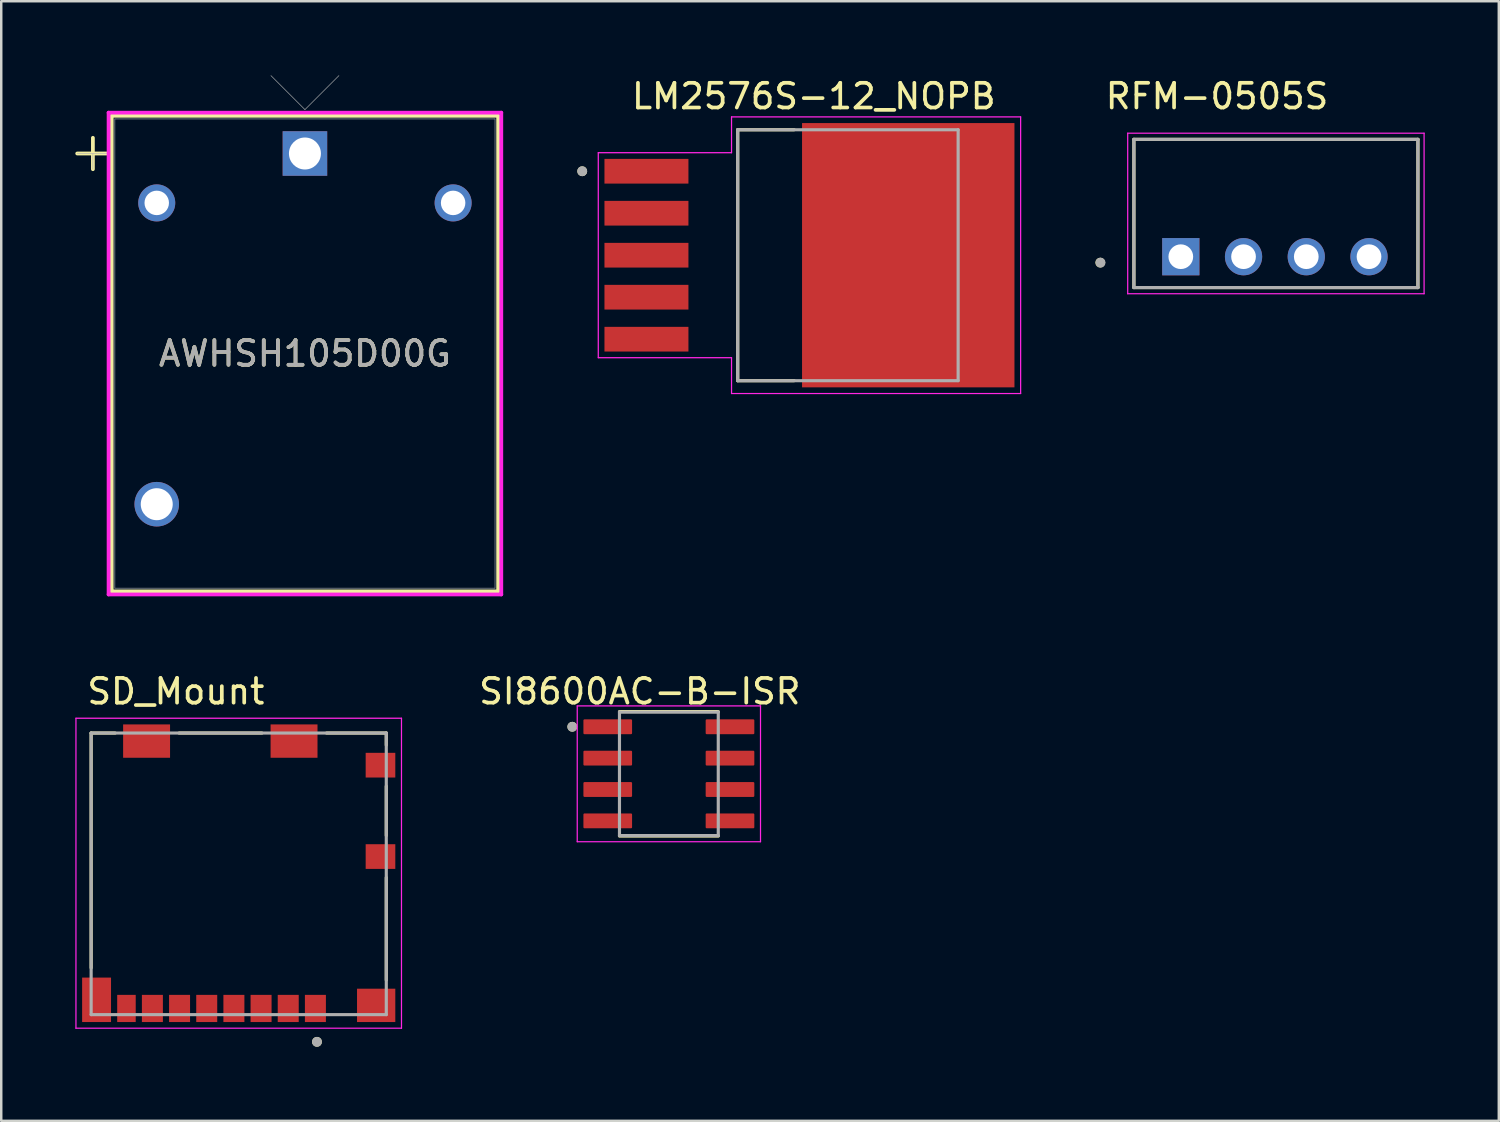
<source format=kicad_pcb>
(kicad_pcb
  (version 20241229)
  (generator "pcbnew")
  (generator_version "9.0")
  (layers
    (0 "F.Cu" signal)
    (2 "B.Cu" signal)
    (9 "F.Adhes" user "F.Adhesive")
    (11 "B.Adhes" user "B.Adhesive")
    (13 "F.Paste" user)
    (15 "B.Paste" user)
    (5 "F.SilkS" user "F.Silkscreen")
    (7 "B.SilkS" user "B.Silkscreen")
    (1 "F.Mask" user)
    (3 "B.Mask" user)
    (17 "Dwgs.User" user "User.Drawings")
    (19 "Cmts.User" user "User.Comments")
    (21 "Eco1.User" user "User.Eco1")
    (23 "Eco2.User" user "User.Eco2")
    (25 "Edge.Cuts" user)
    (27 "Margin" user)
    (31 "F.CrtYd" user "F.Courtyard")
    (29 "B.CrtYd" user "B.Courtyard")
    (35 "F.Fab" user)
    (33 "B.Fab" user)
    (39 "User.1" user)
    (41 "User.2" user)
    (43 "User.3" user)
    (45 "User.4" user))
  (footprint "LM2576S-12_NOPB"
    (layer "F.Cu")
    (at 33.723 7.283)
    (property "Reference" "LM2576S-12_NOPB" (at -3.825 -6.435 0) (layer "F.SilkS") (effects (font (size 1 1) (thickness 0.15))))
    (attr smd)
    (fp_poly (pts (xy -12.37 -3.97) (xy -8.83 -3.97) (xy -8.83 -2.83) (xy -12.37 -2.83)) (stroke (width 0.01) (type solid)) (fill yes) (layer "F.Mask"))
    (fp_poly (pts (xy -12.37 -2.27) (xy -8.83 -2.27) (xy -8.83 -1.13) (xy -12.37 -1.13)) (stroke (width 0.01) (type solid)) (fill yes) (layer "F.Mask"))
    (fp_poly (pts (xy -12.37 -0.57) (xy -8.83 -0.57) (xy -8.83 0.57) (xy -12.37 0.57)) (stroke (width 0.01) (type solid)) (fill yes) (layer "F.Mask"))
    (fp_poly (pts (xy -12.37 1.13) (xy -8.83 1.13) (xy -8.83 2.27) (xy -12.37 2.27)) (stroke (width 0.01) (type solid)) (fill yes) (layer "F.Mask"))
    (fp_poly (pts (xy -12.37 2.83) (xy -8.83 2.83) (xy -8.83 3.97) (xy -12.37 3.97)) (stroke (width 0.01) (type solid)) (fill yes) (layer "F.Mask"))
    (fp_poly (pts (xy -4.37 -5.42) (xy 4.37 -5.42) (xy 4.37 5.42) (xy -4.37 5.42)) (stroke (width 0.01) (type solid)) (fill yes) (layer "F.Mask"))
    (fp_line (start -6.905 -5.08) (end -6.905 5.08) (stroke (width 0.127) (type solid)) (layer "F.SilkS"))
    (fp_line (start -6.905 5.08) (end -4.62 5.08) (stroke (width 0.127) (type solid)) (layer "F.SilkS"))
    (fp_line (start -4.62 -5.08) (end -6.905 -5.08) (stroke (width 0.127) (type solid)) (layer "F.SilkS"))
    (fp_circle (center -13.2 -3.4) (end -13.1 -3.4) (stroke (width 0.2) (type solid)) (fill no) (layer "F.SilkS"))
    (fp_poly (pts (xy -12.25 -3.85) (xy -8.95 -3.85) (xy -8.95 -2.95) (xy -12.25 -2.95)) (stroke (width 0.01) (type solid)) (fill yes) (layer "F.Paste"))
    (fp_poly (pts (xy -12.25 -2.15) (xy -8.95 -2.15) (xy -8.95 -1.25) (xy -12.25 -1.25)) (stroke (width 0.01) (type solid)) (fill yes) (layer "F.Paste"))
    (fp_poly (pts (xy -12.25 -0.45) (xy -8.95 -0.45) (xy -8.95 0.45) (xy -12.25 0.45)) (stroke (width 0.01) (type solid)) (fill yes) (layer "F.Paste"))
    (fp_poly (pts (xy -12.25 1.25) (xy -8.95 1.25) (xy -8.95 2.15) (xy -12.25 2.15)) (stroke (width 0.01) (type solid)) (fill yes) (layer "F.Paste"))
    (fp_poly (pts (xy -12.25 2.95) (xy -8.95 2.95) (xy -8.95 3.85) (xy -12.25 3.85)) (stroke (width 0.01) (type solid)) (fill yes) (layer "F.Paste"))
    (fp_poly (pts (xy -4.25 -5.3) (xy 4.25 -5.3) (xy 4.25 5.3) (xy -4.25 5.3)) (stroke (width 0.01) (type solid)) (fill yes) (layer "F.Paste"))
    (fp_line (start -12.55 -4.15) (end -12.55 4.15) (stroke (width 0.05) (type solid)) (layer "F.CrtYd"))
    (fp_line (start -12.55 4.15) (end -7.155 4.15) (stroke (width 0.05) (type solid)) (layer "F.CrtYd"))
    (fp_line (start -7.155 -5.6) (end -7.155 -4.15) (stroke (width 0.05) (type solid)) (layer "F.CrtYd"))
    (fp_line (start -7.155 -4.15) (end -12.55 -4.15) (stroke (width 0.05) (type solid)) (layer "F.CrtYd"))
    (fp_line (start -7.155 4.15) (end -7.155 5.6) (stroke (width 0.05) (type solid)) (layer "F.CrtYd"))
    (fp_line (start -7.155 5.6) (end 4.55 5.6) (stroke (width 0.05) (type solid)) (layer "F.CrtYd"))
    (fp_line (start 4.55 -5.6) (end -7.155 -5.6) (stroke (width 0.05) (type solid)) (layer "F.CrtYd"))
    (fp_line (start 4.55 5.6) (end 4.55 -5.6) (stroke (width 0.05) (type solid)) (layer "F.CrtYd"))
    (fp_line (start -6.905 -5.08) (end -6.905 5.08) (stroke (width 0.127) (type solid)) (layer "F.Fab"))
    (fp_line (start -6.905 5.08) (end 2.02 5.08) (stroke (width 0.127) (type solid)) (layer "F.Fab"))
    (fp_line (start 2.02 -5.08) (end -6.905 -5.08) (stroke (width 0.127) (type solid)) (layer "F.Fab"))
    (fp_line (start 2.02 5.08) (end 2.02 -5.08) (stroke (width 0.127) (type solid)) (layer "F.Fab"))
    (fp_circle (center -13.2 -3.4) (end -13.1 -3.4) (stroke (width 0.2) (type solid)) (fill no) (layer "F.Fab"))
    (pad "1" smd rect (at -10.6 -3.4) (size 3.4 1) (layers "F.Cu"))
    (pad "2" smd rect (at -10.6 -1.7) (size 3.4 1) (layers "F.Cu"))
    (pad "3" smd rect (at -10.6 0) (size 3.4 1) (layers "F.Cu"))
    (pad "4" smd rect (at -10.6 1.7) (size 3.4 1) (layers "F.Cu"))
    (pad "5" smd rect (at -10.6 3.4) (size 3.4 1) (layers "F.Cu"))
    (pad "6" smd rect (at 0 0) (size 8.6 10.7) (layers "F.Cu")))
  (footprint "RFM-0505S"
    (layer "F.Cu")
    (at 48.608 5.593)
    (property "Reference" "RFM-0505S" (at -2.385 -4.745 0) (layer "F.SilkS") (effects (font (size 1 1) (thickness 0.15))))
    (attr through_hole)
    (fp_line (start -5.75 -3) (end -5.75 3) (stroke (width 0.127) (type solid)) (layer "F.SilkS"))
    (fp_line (start -5.75 3) (end 5.75 3) (stroke (width 0.127) (type solid)) (layer "F.SilkS"))
    (fp_line (start 5.75 -3) (end -5.75 -3) (stroke (width 0.127) (type solid)) (layer "F.SilkS"))
    (fp_line (start 5.75 3) (end 5.75 -3) (stroke (width 0.127) (type solid)) (layer "F.SilkS"))
    (fp_circle (center -7.11 1.99) (end -7.01 1.99) (stroke (width 0.2) (type solid)) (fill no) (layer "F.SilkS"))
    (fp_line (start -6 -3.25) (end -6 3.25) (stroke (width 0.05) (type solid)) (layer "F.CrtYd"))
    (fp_line (start -6 3.25) (end 6 3.25) (stroke (width 0.05) (type solid)) (layer "F.CrtYd"))
    (fp_line (start 6 -3.25) (end -6 -3.25) (stroke (width 0.05) (type solid)) (layer "F.CrtYd"))
    (fp_line (start 6 3.25) (end 6 -3.25) (stroke (width 0.05) (type solid)) (layer "F.CrtYd"))
    (fp_line (start -5.75 -3) (end -5.75 3) (stroke (width 0.127) (type solid)) (layer "F.Fab"))
    (fp_line (start -5.75 3) (end 5.75 3) (stroke (width 0.127) (type solid)) (layer "F.Fab"))
    (fp_line (start 5.75 -3) (end -5.75 -3) (stroke (width 0.127) (type solid)) (layer "F.Fab"))
    (fp_line (start 5.75 3) (end 5.75 -3) (stroke (width 0.127) (type solid)) (layer "F.Fab"))
    (fp_circle (center -7.1 1.99) (end -7 1.99) (stroke (width 0.2) (type solid)) (fill no) (layer "F.Fab"))
    (pad "1" thru_hole rect (at -3.85 1.75) (size 1.508 1.508) (drill 1) (layers "*.Cu" "*.Mask"))
    (pad "2" thru_hole circle (at -1.31 1.75) (size 1.508 1.508) (drill 1) (layers "*.Cu" "*.Mask"))
    (pad "3" thru_hole circle (at 1.23 1.75) (size 1.508 1.508) (drill 1) (layers "*.Cu" "*.Mask"))
    (pad "4" thru_hole circle (at 3.77 1.75) (size 1.508 1.508) (drill 1) (layers "*.Cu" "*.Mask")))
  (footprint "SI8600AC-B-ISR "
    (layer "F.Cu")
    (at 24.031 28.28)
    (property "Reference" "SI8600AC-B-ISR " (at -0.795 -3.337 0) (layer "F.SilkS") (effects (font (size 1 1) (thickness 0.15))))
    (attr smd)
    (fp_line (start -2 -2.52) (end 2 -2.52) (stroke (width 0.127) (type solid)) (layer "F.SilkS"))
    (fp_line (start -2 2.52) (end 2 2.52) (stroke (width 0.127) (type solid)) (layer "F.SilkS"))
    (fp_circle (center -3.91 -1.905) (end -3.81 -1.905) (stroke (width 0.2) (type solid)) (fill no) (layer "F.SilkS"))
    (fp_line (start -3.71 -2.75) (end -3.71 2.75) (stroke (width 0.05) (type solid)) (layer "F.CrtYd"))
    (fp_line (start -3.71 -2.75) (end 3.71 -2.75) (stroke (width 0.05) (type solid)) (layer "F.CrtYd"))
    (fp_line (start -3.71 2.75) (end 3.71 2.75) (stroke (width 0.05) (type solid)) (layer "F.CrtYd"))
    (fp_line (start 3.71 -2.75) (end 3.71 2.75) (stroke (width 0.05) (type solid)) (layer "F.CrtYd"))
    (fp_line (start -2 -2.5) (end -2 2.5) (stroke (width 0.127) (type solid)) (layer "F.Fab"))
    (fp_line (start -2 -2.5) (end 2 -2.5) (stroke (width 0.127) (type solid)) (layer "F.Fab"))
    (fp_line (start -2 2.5) (end 2 2.5) (stroke (width 0.127) (type solid)) (layer "F.Fab"))
    (fp_line (start 2 -2.5) (end 2 2.5) (stroke (width 0.127) (type solid)) (layer "F.Fab"))
    (fp_circle (center -3.91 -1.905) (end -3.81 -1.905) (stroke (width 0.2) (type solid)) (fill no) (layer "F.Fab"))
    (pad "1" smd roundrect (at -2.475 -1.905) (size 1.97 0.6) (layers "F.Cu" "F.Mask" "F.Paste") (roundrect_rratio 0.07))
    (pad "2" smd roundrect (at -2.475 -0.635) (size 1.97 0.6) (layers "F.Cu" "F.Mask" "F.Paste") (roundrect_rratio 0.07))
    (pad "3" smd roundrect (at -2.475 0.635) (size 1.97 0.6) (layers "F.Cu" "F.Mask" "F.Paste") (roundrect_rratio 0.07))
    (pad "4" smd roundrect (at -2.475 1.905) (size 1.97 0.6) (layers "F.Cu" "F.Mask" "F.Paste") (roundrect_rratio 0.07))
    (pad "5" smd roundrect (at 2.475 1.905) (size 1.97 0.6) (layers "F.Cu" "F.Mask" "F.Paste") (roundrect_rratio 0.07))
    (pad "6" smd roundrect (at 2.475 0.635) (size 1.97 0.6) (layers "F.Cu" "F.Mask" "F.Paste") (roundrect_rratio 0.07))
    (pad "7" smd roundrect (at 2.475 -0.635) (size 1.97 0.6) (layers "F.Cu" "F.Mask" "F.Paste") (roundrect_rratio 0.07))
    (pad "8" smd roundrect (at 2.475 -1.905) (size 1.97 0.6) (layers "F.Cu" "F.Mask" "F.Paste") (roundrect_rratio 0.07)))
  (footprint "AWHSH105D00G"
    (layer "F.Cu")
    (at 9.296 3.165)
    (property "Reference" "AWHSH105D00G" (at 0 8.1 0) (unlocked yes) (layer "F.SilkS") (effects (font (size 1 1) (thickness 0.15))))
    (attr through_hole)
    (fp_line (start -9.22 0) (end -7.95 0) (stroke (width 0.152) (type solid)) (layer "F.SilkS"))
    (fp_line (start -8.585 -0.635) (end -8.585 0.635) (stroke (width 0.152) (type solid)) (layer "F.SilkS"))
    (fp_line (start -7.823 -1.527) (end -7.823 17.726) (stroke (width 0.152) (type solid)) (layer "F.SilkS"))
    (fp_line (start 7.823 -1.527) (end -7.823 -1.527) (stroke (width 0.152) (type solid)) (layer "F.SilkS"))
    (fp_line (start 7.823 -1.527) (end 7.823 17.726) (stroke (width 0.152) (type solid)) (layer "F.SilkS"))
    (fp_line (start 7.823 17.726) (end -7.823 17.726) (stroke (width 0.152) (type solid)) (layer "F.SilkS"))
    (fp_line (start -7.95 -1.654) (end -7.95 17.853) (stroke (width 0.152) (type solid)) (layer "F.CrtYd"))
    (fp_line (start -7.95 17.853) (end 7.95 17.853) (stroke (width 0.152) (type solid)) (layer "F.CrtYd"))
    (fp_line (start 7.95 -1.654) (end -7.95 -1.654) (stroke (width 0.152) (type solid)) (layer "F.CrtYd"))
    (fp_line (start 7.95 17.853) (end 7.95 -1.654) (stroke (width 0.152) (type solid)) (layer "F.CrtYd"))
    (fp_line (start -9.22 0) (end -7.95 0) (stroke (width 0.025) (type solid)) (layer "F.Fab"))
    (fp_line (start -8.585 0) (end -8.585 0.635) (stroke (width 0.025) (type solid)) (layer "F.Fab"))
    (fp_line (start -7.696 -1.4) (end -7.696 17.599) (stroke (width 0.025) (type solid)) (layer "F.Fab"))
    (fp_line (start -1.376 -3.153) (end 0 -1.777) (stroke (width 0.025) (type solid)) (layer "F.Fab"))
    (fp_line (start 0 -1.777) (end 1.376 -3.153) (stroke (width 0.025) (type solid)) (layer "F.Fab"))
    (fp_line (start 7.696 -1.4) (end -7.696 -1.4) (stroke (width 0.025) (type solid)) (layer "F.Fab"))
    (fp_line (start 7.696 -1.4) (end 7.696 17.599) (stroke (width 0.025) (type solid)) (layer "F.Fab"))
    (fp_line (start 7.696 17.599) (end -7.696 17.599) (stroke (width 0.025) (type solid)) (layer "F.Fab"))
    (fp_text user "${REFERENCE}" (at 0 8.1 0) (unlocked yes) (layer "F.Fab") (effects (font (size 1 1) (thickness 0.15))))
    (pad "1" thru_hole rect (at 0 0) (size 1.803 1.803) (drill 1.295) (layers "*.Cu" "*.Mask"))
    (pad "2" thru_hole circle (at -6 2) (size 1.499 1.499) (drill 0.991) (layers "*.Cu" "*.Mask"))
    (pad "3" thru_hole circle (at -6 14.199) (size 1.803 1.803) (drill 1.295) (layers "*.Cu" "*.Mask"))
    (pad "5" thru_hole circle (at 6 2) (size 1.499 1.499) (drill 0.991) (layers "*.Cu" "*.Mask")))
  (footprint "SD_Mount"
    (layer "F.Cu")
    (at 6.615 32.33)
    (property "Reference" "SD_Mount" (at -2.545 -7.386 0) (layer "F.SilkS") (effects (font (size 1.002 1.002) (thickness 0.15))))
    (attr smd)
    (fp_line (start -5.975 -5.7) (end -5.975 3.806) (stroke (width 0.127) (type solid)) (layer "F.SilkS"))
    (fp_line (start -5.003 -5.7) (end -5.975 -5.7) (stroke (width 0.127) (type solid)) (layer "F.SilkS"))
    (fp_line (start 0.939 -5.7) (end -2.413 -5.7) (stroke (width 0.127) (type solid)) (layer "F.SilkS"))
    (fp_line (start 3.556 -5.7) (end 5.975 -5.7) (stroke (width 0.127) (type solid)) (layer "F.SilkS"))
    (fp_line (start 5.975 -5.7) (end 5.975 -5.211) (stroke (width 0.127) (type solid)) (layer "F.SilkS"))
    (fp_line (start 5.975 -3.55) (end 5.975 -1.55) (stroke (width 0.127) (type solid)) (layer "F.SilkS"))
    (fp_line (start 5.975 0.15) (end 5.975 4.3) (stroke (width 0.127) (type solid)) (layer "F.SilkS"))
    (fp_circle (center 3.168 6.801) (end 3.268 6.801) (stroke (width 0.2) (type solid)) (fill no) (layer "F.SilkS"))
    (fp_line (start -6.59 -6.3) (end -6.59 6.25) (stroke (width 0.05) (type solid)) (layer "F.CrtYd"))
    (fp_line (start -6.59 6.25) (end 6.59 6.25) (stroke (width 0.05) (type solid)) (layer "F.CrtYd"))
    (fp_line (start 6.59 -6.3) (end -6.59 -6.3) (stroke (width 0.05) (type solid)) (layer "F.CrtYd"))
    (fp_line (start 6.59 6.25) (end 6.59 -6.3) (stroke (width 0.05) (type solid)) (layer "F.CrtYd"))
    (fp_line (start -5.975 -5.7) (end 5.975 -5.7) (stroke (width 0.127) (type solid)) (layer "F.Fab"))
    (fp_line (start -5.975 5.7) (end -5.975 -5.7) (stroke (width 0.127) (type solid)) (layer "F.Fab"))
    (fp_line (start 5.975 -5.7) (end 5.975 5.7) (stroke (width 0.127) (type solid)) (layer "F.Fab"))
    (fp_line (start 5.975 5.7) (end -5.975 5.7) (stroke (width 0.127) (type solid)) (layer "F.Fab"))
    (fp_circle (center 3.168 6.801) (end 3.268 6.801) (stroke (width 0.2) (type solid)) (fill no) (layer "F.Fab"))
    (pad "1" smd rect (at 3.105 5.45) (size 0.85 1.1) (layers "F.Cu" "F.Mask" "F.Paste"))
    (pad "2" smd rect (at 2.005 5.45) (size 0.85 1.1) (layers "F.Cu" "F.Mask" "F.Paste"))
    (pad "3" smd rect (at 0.905 5.45) (size 0.85 1.1) (layers "F.Cu" "F.Mask" "F.Paste"))
    (pad "4" smd rect (at -0.195 5.45) (size 0.85 1.1) (layers "F.Cu" "F.Mask" "F.Paste"))
    (pad "5" smd rect (at -1.295 5.45) (size 0.85 1.1) (layers "F.Cu" "F.Mask" "F.Paste"))
    (pad "6" smd rect (at -2.395 5.45) (size 0.85 1.1) (layers "F.Cu" "F.Mask" "F.Paste"))
    (pad "7" smd rect (at -3.495 5.45) (size 0.85 1.1) (layers "F.Cu" "F.Mask" "F.Paste"))
    (pad "8" smd rect (at -4.545 5.45) (size 0.75 1.1) (layers "F.Cu" "F.Mask" "F.Paste"))
    (pad "9" smd rect (at 5.74 -0.7) (size 1.2 1) (layers "F.Cu" "F.Mask" "F.Paste"))
    (pad "10" smd rect (at 5.74 -4.4) (size 1.2 1) (layers "F.Cu" "F.Mask" "F.Paste"))
    (pad "G1" smd rect (at 5.565 5.325) (size 1.55 1.35) (layers "F.Cu" "F.Mask" "F.Paste"))
    (pad "G2" smd rect (at -5.755 5.1) (size 1.17 1.8) (layers "F.Cu" "F.Mask" "F.Paste"))
    (pad "G3" smd rect (at -3.73 -5.375) (size 1.9 1.35) (layers "F.Cu" "F.Mask" "F.Paste"))
    (pad "G4" smd rect (at 2.24 -5.375) (size 1.9 1.35) (layers "F.Cu" "F.Mask" "F.Paste")))
  (gr_rect
    (start -3 -3)
    (end 57.633 42.331)
    (stroke (width 0.1) (type default))
    (fill no)
    (layer "Edge.Cuts")))
</source>
